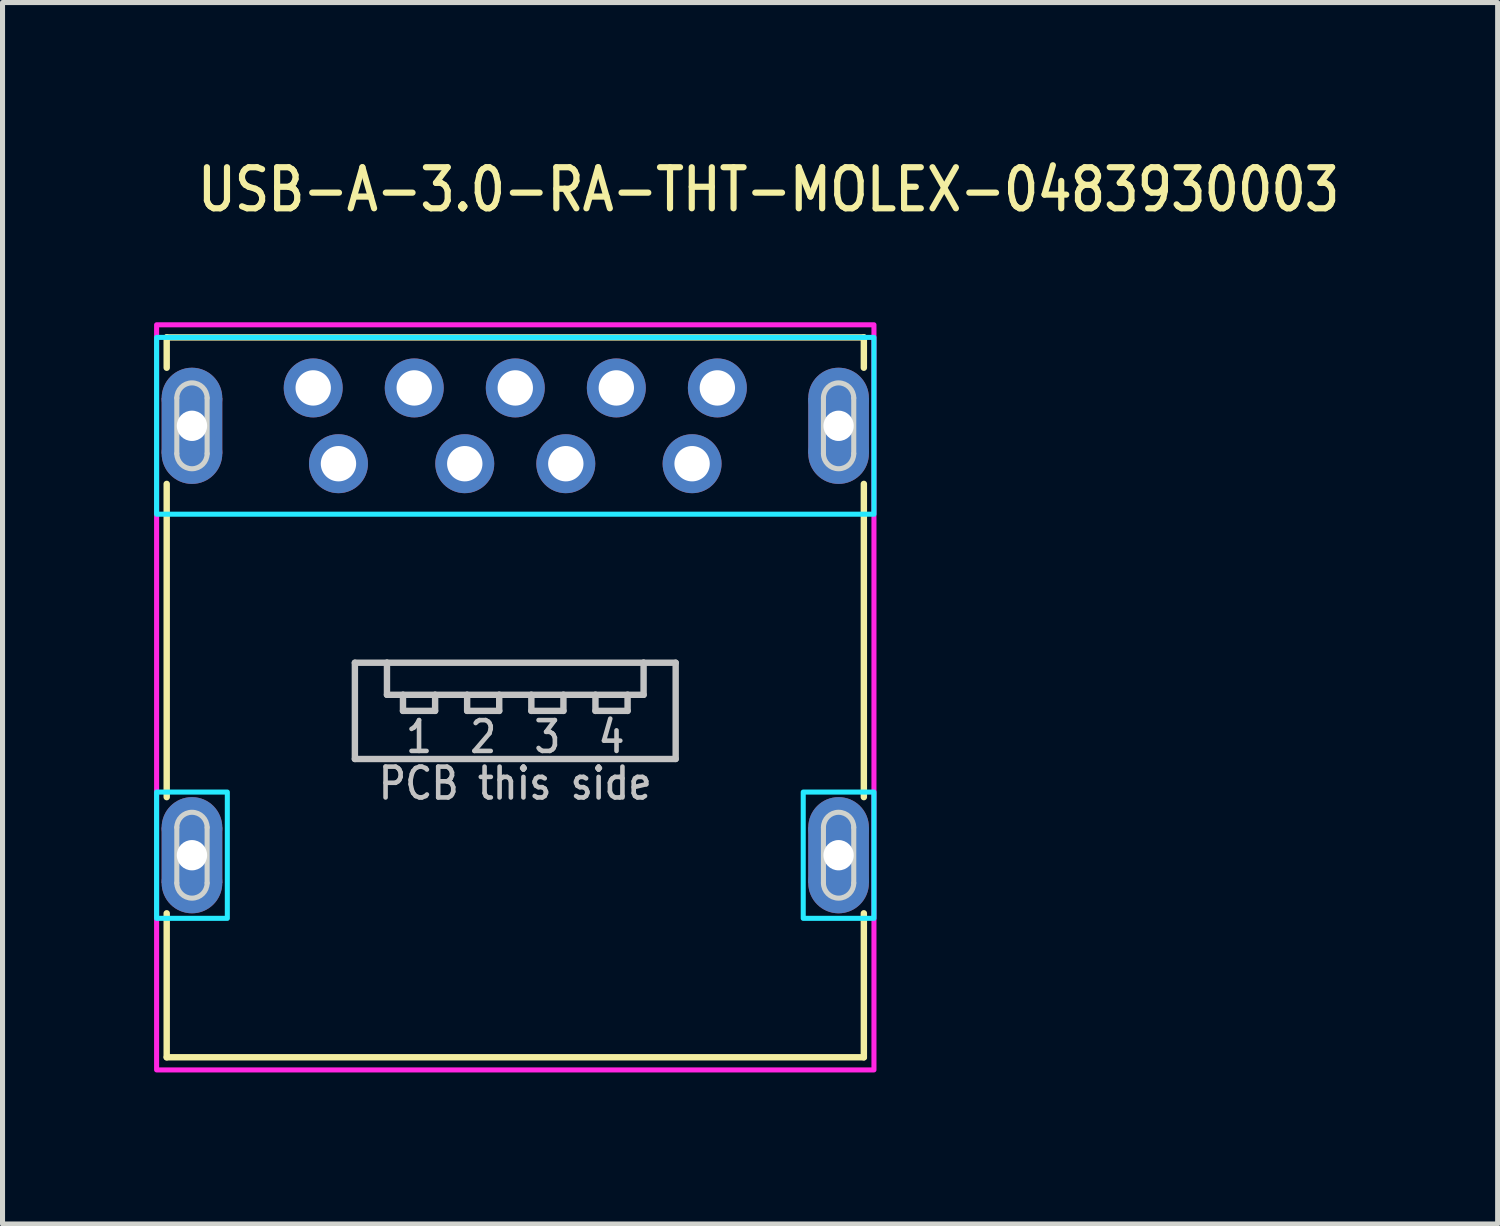
<source format=kicad_pcb>
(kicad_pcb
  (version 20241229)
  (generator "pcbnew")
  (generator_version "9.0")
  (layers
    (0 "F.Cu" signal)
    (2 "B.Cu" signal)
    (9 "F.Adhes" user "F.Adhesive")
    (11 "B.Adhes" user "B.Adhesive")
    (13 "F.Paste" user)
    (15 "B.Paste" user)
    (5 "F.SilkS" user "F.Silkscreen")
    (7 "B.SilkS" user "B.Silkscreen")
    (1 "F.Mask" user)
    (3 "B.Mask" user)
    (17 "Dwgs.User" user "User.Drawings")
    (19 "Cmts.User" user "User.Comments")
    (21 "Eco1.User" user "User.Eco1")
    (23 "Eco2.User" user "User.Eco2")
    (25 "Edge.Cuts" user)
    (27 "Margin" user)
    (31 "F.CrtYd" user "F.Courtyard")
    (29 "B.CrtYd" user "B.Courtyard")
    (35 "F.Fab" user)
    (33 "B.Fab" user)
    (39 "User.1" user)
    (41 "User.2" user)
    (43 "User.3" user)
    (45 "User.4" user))
  (footprint "USB-A-3.0-RA-THT-MOLEX-0483930003"
    (layer "F.Cu")
    (at 7.15 13.879)
    (property "Reference" "USB-A-3.0-RA-THT-MOLEX-0483930003" (at -6.35 -12.7 0) (unlocked yes) (layer "F.SilkS") (effects (font (size 0.813 0.695) (thickness 0.122)) (justify left bottom)))
    (fp_circle (center -6.4 -9.05) (end -5.8 -9.05) (stroke (width 0) (type solid)) (fill yes) (layer "F.Cu"))
    (fp_circle (center -6.4 -7.95) (end -7 -7.95) (stroke (width 0) (type solid)) (fill yes) (layer "F.Cu"))
    (fp_circle (center -6.4 -0.55) (end -5.8 -0.55) (stroke (width 0) (type solid)) (fill yes) (layer "F.Cu"))
    (fp_circle (center -6.4 0.55) (end -7 0.55) (stroke (width 0) (type solid)) (fill yes) (layer "F.Cu"))
    (fp_circle (center 6.4 -9.05) (end 7 -9.05) (stroke (width 0) (type solid)) (fill yes) (layer "F.Cu"))
    (fp_circle (center 6.4 -7.95) (end 5.8 -7.95) (stroke (width 0) (type solid)) (fill yes) (layer "F.Cu"))
    (fp_circle (center 6.4 -0.55) (end 7 -0.55) (stroke (width 0) (type solid)) (fill yes) (layer "F.Cu"))
    (fp_circle (center 6.4 0.55) (end 5.8 0.55) (stroke (width 0) (type solid)) (fill yes) (layer "F.Cu"))
    (fp_poly (pts (xy -7 -9.05) (xy -7 -7.95) (xy -5.8 -7.95) (xy -5.8 -9.05)) (stroke (width 0) (type solid)) (fill yes) (layer "F.Cu"))
    (fp_poly (pts (xy -7 -0.55) (xy -7 0.55) (xy -5.8 0.55) (xy -5.8 -0.55)) (stroke (width 0) (type solid)) (fill yes) (layer "F.Cu"))
    (fp_poly (pts (xy 5.8 -9.05) (xy 5.8 -7.95) (xy 7 -7.95) (xy 7 -9.05)) (stroke (width 0) (type solid)) (fill yes) (layer "F.Cu"))
    (fp_poly (pts (xy 5.8 -0.55) (xy 5.8 0.55) (xy 7 0.55) (xy 7 -0.55)) (stroke (width 0) (type solid)) (fill yes) (layer "F.Cu"))
    (fp_circle (center -6.4 -9.05) (end -5.7 -9.05) (stroke (width 0) (type solid)) (fill yes) (layer "F.Mask"))
    (fp_circle (center -6.4 -7.95) (end -7.1 -7.95) (stroke (width 0) (type solid)) (fill yes) (layer "F.Mask"))
    (fp_circle (center -6.4 -0.55) (end -5.7 -0.55) (stroke (width 0) (type solid)) (fill yes) (layer "F.Mask"))
    (fp_circle (center -6.4 0.55) (end -7.1 0.55) (stroke (width 0) (type solid)) (fill yes) (layer "F.Mask"))
    (fp_circle (center 6.4 -9.05) (end 7.1 -9.05) (stroke (width 0) (type solid)) (fill yes) (layer "F.Mask"))
    (fp_circle (center 6.4 -7.95) (end 5.7 -7.95) (stroke (width 0) (type solid)) (fill yes) (layer "F.Mask"))
    (fp_circle (center 6.4 -0.55) (end 7.1 -0.55) (stroke (width 0) (type solid)) (fill yes) (layer "F.Mask"))
    (fp_circle (center 6.4 0.55) (end 5.7 0.55) (stroke (width 0) (type solid)) (fill yes) (layer "F.Mask"))
    (fp_poly (pts (xy -7.1 -9.05) (xy -7.1 -7.95) (xy -5.7 -7.95) (xy -5.7 -9.05)) (stroke (width 0) (type solid)) (fill yes) (layer "F.Mask"))
    (fp_poly (pts (xy -7.1 -0.55) (xy -7.1 0.55) (xy -5.7 0.55) (xy -5.7 -0.55)) (stroke (width 0) (type solid)) (fill yes) (layer "F.Mask"))
    (fp_poly (pts (xy 5.7 -9.05) (xy 5.7 -7.95) (xy 7.1 -7.95) (xy 7.1 -9.05)) (stroke (width 0) (type solid)) (fill yes) (layer "F.Mask"))
    (fp_poly (pts (xy 5.7 -0.55) (xy 5.7 0.55) (xy 7.1 0.55) (xy 7.1 -0.55)) (stroke (width 0) (type solid)) (fill yes) (layer "F.Mask"))
    (fp_circle (center -6.4 -9.05) (end -7 -9.05) (stroke (width 0) (type solid)) (fill yes) (layer "B.Cu"))
    (fp_circle (center -6.4 -7.95) (end -5.8 -7.95) (stroke (width 0) (type solid)) (fill yes) (layer "B.Cu"))
    (fp_circle (center -6.4 -0.55) (end -7 -0.55) (stroke (width 0) (type solid)) (fill yes) (layer "B.Cu"))
    (fp_circle (center -6.4 0.55) (end -5.8 0.55) (stroke (width 0) (type solid)) (fill yes) (layer "B.Cu"))
    (fp_circle (center 6.4 -9.05) (end 5.8 -9.05) (stroke (width 0) (type solid)) (fill yes) (layer "B.Cu"))
    (fp_circle (center 6.4 -7.95) (end 7 -7.95) (stroke (width 0) (type solid)) (fill yes) (layer "B.Cu"))
    (fp_circle (center 6.4 -0.55) (end 5.8 -0.55) (stroke (width 0) (type solid)) (fill yes) (layer "B.Cu"))
    (fp_circle (center 6.4 0.55) (end 7 0.55) (stroke (width 0) (type solid)) (fill yes) (layer "B.Cu"))
    (fp_poly (pts (xy -5.8 -9.05) (xy -5.8 -7.95) (xy -7 -7.95) (xy -7 -9.05)) (stroke (width 0) (type solid)) (fill yes) (layer "B.Cu"))
    (fp_poly (pts (xy -5.8 -0.55) (xy -5.8 0.55) (xy -7 0.55) (xy -7 -0.55)) (stroke (width 0) (type solid)) (fill yes) (layer "B.Cu"))
    (fp_poly (pts (xy 7 -9.05) (xy 7 -7.95) (xy 5.8 -7.95) (xy 5.8 -9.05)) (stroke (width 0) (type solid)) (fill yes) (layer "B.Cu"))
    (fp_poly (pts (xy 7 -0.55) (xy 7 0.55) (xy 5.8 0.55) (xy 5.8 -0.55)) (stroke (width 0) (type solid)) (fill yes) (layer "B.Cu"))
    (fp_circle (center -6.4 -9.05) (end -7.1 -9.05) (stroke (width 0) (type solid)) (fill yes) (layer "B.Mask"))
    (fp_circle (center -6.4 -7.95) (end -5.7 -7.95) (stroke (width 0) (type solid)) (fill yes) (layer "B.Mask"))
    (fp_circle (center -6.4 -0.55) (end -7.1 -0.55) (stroke (width 0) (type solid)) (fill yes) (layer "B.Mask"))
    (fp_circle (center -6.4 0.55) (end -5.7 0.55) (stroke (width 0) (type solid)) (fill yes) (layer "B.Mask"))
    (fp_circle (center 6.4 -9.05) (end 5.7 -9.05) (stroke (width 0) (type solid)) (fill yes) (layer "B.Mask"))
    (fp_circle (center 6.4 -7.95) (end 7.1 -7.95) (stroke (width 0) (type solid)) (fill yes) (layer "B.Mask"))
    (fp_circle (center 6.4 -0.55) (end 5.7 -0.55) (stroke (width 0) (type solid)) (fill yes) (layer "B.Mask"))
    (fp_circle (center 6.4 0.55) (end 7.1 0.55) (stroke (width 0) (type solid)) (fill yes) (layer "B.Mask"))
    (fp_poly (pts (xy -5.7 -9.05) (xy -5.7 -7.95) (xy -7.1 -7.95) (xy -7.1 -9.05)) (stroke (width 0) (type solid)) (fill yes) (layer "B.Mask"))
    (fp_poly (pts (xy -5.7 -0.55) (xy -5.7 0.55) (xy -7.1 0.55) (xy -7.1 -0.55)) (stroke (width 0) (type solid)) (fill yes) (layer "B.Mask"))
    (fp_poly (pts (xy 7.1 -9.05) (xy 7.1 -7.95) (xy 5.7 -7.95) (xy 5.7 -9.05)) (stroke (width 0) (type solid)) (fill yes) (layer "B.Mask"))
    (fp_poly (pts (xy 7.1 -0.55) (xy 7.1 0.55) (xy 5.7 0.55) (xy 5.7 -0.55)) (stroke (width 0) (type solid)) (fill yes) (layer "B.Mask"))
    (fp_line (start -6.9 -10.25) (end -6.9 -9.65) (stroke (width 0.127) (type solid)) (layer "F.SilkS"))
    (fp_line (start -6.9 -10.25) (end 6.9 -10.25) (stroke (width 0.127) (type solid)) (layer "F.SilkS"))
    (fp_line (start -6.9 -7.35) (end -6.9 -1.15) (stroke (width 0.127) (type solid)) (layer "F.SilkS"))
    (fp_line (start -6.9 1.15) (end -6.9 4) (stroke (width 0.127) (type solid)) (layer "F.SilkS"))
    (fp_line (start 6.9 -10.25) (end 6.9 -9.65) (stroke (width 0.127) (type solid)) (layer "F.SilkS"))
    (fp_line (start 6.9 -7.35) (end 6.9 -1.15) (stroke (width 0.127) (type solid)) (layer "F.SilkS"))
    (fp_line (start 6.9 1.15) (end 6.9 4) (stroke (width 0.127) (type solid)) (layer "F.SilkS"))
    (fp_line (start 6.9 4) (end -6.9 4) (stroke (width 0.127) (type solid)) (layer "F.SilkS"))
    (fp_line (start -3.175 -3.81) (end -2.54 -3.81) (stroke (width 0.127) (type solid)) (layer "Dwgs.User"))
    (fp_line (start -3.175 -1.905) (end -3.175 -3.81) (stroke (width 0.127) (type solid)) (layer "Dwgs.User"))
    (fp_line (start -2.54 -3.81) (end -2.54 -3.175) (stroke (width 0.127) (type solid)) (layer "Dwgs.User"))
    (fp_line (start -2.54 -3.81) (end 2.54 -3.81) (stroke (width 0.127) (type solid)) (layer "Dwgs.User"))
    (fp_line (start -2.54 -3.175) (end -2.223 -3.175) (stroke (width 0.127) (type solid)) (layer "Dwgs.User"))
    (fp_line (start -2.223 -3.175) (end -2.223 -2.857) (stroke (width 0.127) (type solid)) (layer "Dwgs.User"))
    (fp_line (start -2.223 -3.175) (end -1.587 -3.175) (stroke (width 0.127) (type solid)) (layer "Dwgs.User"))
    (fp_line (start -2.223 -2.857) (end -1.587 -2.857) (stroke (width 0.127) (type solid)) (layer "Dwgs.User"))
    (fp_line (start -1.587 -3.175) (end -0.953 -3.175) (stroke (width 0.127) (type solid)) (layer "Dwgs.User"))
    (fp_line (start -1.587 -2.857) (end -1.587 -3.175) (stroke (width 0.127) (type solid)) (layer "Dwgs.User"))
    (fp_line (start -0.953 -3.175) (end -0.953 -2.857) (stroke (width 0.127) (type solid)) (layer "Dwgs.User"))
    (fp_line (start -0.953 -3.175) (end -0.318 -3.175) (stroke (width 0.127) (type solid)) (layer "Dwgs.User"))
    (fp_line (start -0.953 -2.857) (end -0.318 -2.857) (stroke (width 0.127) (type solid)) (layer "Dwgs.User"))
    (fp_line (start -0.318 -3.175) (end 0.318 -3.175) (stroke (width 0.127) (type solid)) (layer "Dwgs.User"))
    (fp_line (start -0.318 -2.857) (end -0.318 -3.175) (stroke (width 0.127) (type solid)) (layer "Dwgs.User"))
    (fp_line (start 0.318 -3.175) (end 0.318 -2.857) (stroke (width 0.127) (type solid)) (layer "Dwgs.User"))
    (fp_line (start 0.318 -3.175) (end 0.953 -3.175) (stroke (width 0.127) (type solid)) (layer "Dwgs.User"))
    (fp_line (start 0.318 -2.857) (end 0.953 -2.857) (stroke (width 0.127) (type solid)) (layer "Dwgs.User"))
    (fp_line (start 0.953 -3.175) (end 1.587 -3.175) (stroke (width 0.127) (type solid)) (layer "Dwgs.User"))
    (fp_line (start 0.953 -2.857) (end 0.953 -3.175) (stroke (width 0.127) (type solid)) (layer "Dwgs.User"))
    (fp_line (start 1.587 -3.175) (end 1.587 -2.857) (stroke (width 0.127) (type solid)) (layer "Dwgs.User"))
    (fp_line (start 1.587 -3.175) (end 2.223 -3.175) (stroke (width 0.127) (type solid)) (layer "Dwgs.User"))
    (fp_line (start 1.587 -2.857) (end 2.223 -2.857) (stroke (width 0.127) (type solid)) (layer "Dwgs.User"))
    (fp_line (start 2.223 -3.175) (end 2.54 -3.175) (stroke (width 0.127) (type solid)) (layer "Dwgs.User"))
    (fp_line (start 2.223 -2.857) (end 2.223 -3.175) (stroke (width 0.127) (type solid)) (layer "Dwgs.User"))
    (fp_line (start 2.54 -3.81) (end 3.175 -3.81) (stroke (width 0.127) (type solid)) (layer "Dwgs.User"))
    (fp_line (start 2.54 -3.175) (end 2.54 -3.81) (stroke (width 0.127) (type solid)) (layer "Dwgs.User"))
    (fp_line (start 3.175 -3.81) (end 3.175 -1.905) (stroke (width 0.127) (type solid)) (layer "Dwgs.User"))
    (fp_line (start 3.175 -1.905) (end -3.175 -1.905) (stroke (width 0.127) (type solid)) (layer "Dwgs.User"))
    (fp_line (start -6.7 -9.05) (end -6.7 -7.95) (stroke (width 0.1) (type solid)) (layer "Edge.Cuts"))
    (fp_line (start -6.7 -0.55) (end -6.7 0.55) (stroke (width 0.1) (type solid)) (layer "Edge.Cuts"))
    (fp_line (start -6.1 -7.95) (end -6.1 -9.05) (stroke (width 0.1) (type solid)) (layer "Edge.Cuts"))
    (fp_line (start -6.1 0.55) (end -6.1 -0.55) (stroke (width 0.1) (type solid)) (layer "Edge.Cuts"))
    (fp_line (start 6.1 -9.05) (end 6.1 -7.95) (stroke (width 0.1) (type solid)) (layer "Edge.Cuts"))
    (fp_line (start 6.1 -0.55) (end 6.1 0.55) (stroke (width 0.1) (type solid)) (layer "Edge.Cuts"))
    (fp_line (start 6.7 -7.95) (end 6.7 -9.05) (stroke (width 0.1) (type solid)) (layer "Edge.Cuts"))
    (fp_line (start 6.7 0.55) (end 6.7 -0.55) (stroke (width 0.1) (type solid)) (layer "Edge.Cuts"))
    (fp_arc (start -6.7 -9.05) (mid -6.4 -9.35) (end -6.1 -9.05) (stroke (width 0.1) (type solid)) (layer "Edge.Cuts"))
    (fp_arc (start -6.7 -0.55) (mid -6.4 -0.85) (end -6.1 -0.55) (stroke (width 0.1) (type solid)) (layer "Edge.Cuts"))
    (fp_arc (start -6.1 -7.95) (mid -6.4 -7.65) (end -6.7 -7.95) (stroke (width 0.1) (type solid)) (layer "Edge.Cuts"))
    (fp_arc (start -6.1 0.55) (mid -6.4 0.85) (end -6.7 0.55) (stroke (width 0.1) (type solid)) (layer "Edge.Cuts"))
    (fp_arc (start 6.1 -9.05) (mid 6.4 -9.35) (end 6.7 -9.05) (stroke (width 0.1) (type solid)) (layer "Edge.Cuts"))
    (fp_arc (start 6.1 -0.55) (mid 6.4 -0.85) (end 6.7 -0.55) (stroke (width 0.1) (type solid)) (layer "Edge.Cuts"))
    (fp_arc (start 6.7 -7.95) (mid 6.4 -7.65) (end 6.1 -7.95) (stroke (width 0.1) (type solid)) (layer "Edge.Cuts"))
    (fp_arc (start 6.7 0.55) (mid 6.4 0.85) (end 6.1 0.55) (stroke (width 0.1) (type solid)) (layer "Edge.Cuts"))
    (fp_poly (pts (xy -7.1 -10.25) (xy 7.1 -10.25) (xy 7.1 -6.75) (xy -7.1 -6.75)) (stroke (width 0.1) (type solid)) (fill no) (layer "B.CrtYd"))
    (fp_poly (pts (xy -7.1 -1.25) (xy -5.7 -1.25) (xy -5.7 1.25) (xy -7.1 1.25)) (stroke (width 0.1) (type solid)) (fill no) (layer "B.CrtYd"))
    (fp_poly (pts (xy 5.7 -1.25) (xy 7.1 -1.25) (xy 7.1 1.25) (xy 5.7 1.25)) (stroke (width 0.1) (type solid)) (fill no) (layer "B.CrtYd"))
    (fp_poly (pts (xy -7.1 4.25) (xy 7.1 4.25) (xy 7.1 -10.5) (xy -7.1 -10.5)) (stroke (width 0.1) (type solid)) (fill no) (layer "F.CrtYd"))
    (fp_text user "1" (at -1.905 -2.699 0) (unlocked yes) (layer "Dwgs.User") (effects (font (size 0.61 0.521) (thickness 0.091)) (justify top)))
    (fp_text user "PCB this side" (at 0 -1.778 0) (unlocked yes) (layer "Dwgs.User") (effects (font (size 0.61 0.521) (thickness 0.091)) (justify top)))
    (fp_text user "3" (at 0.635 -2.699 0) (unlocked yes) (layer "Dwgs.User") (effects (font (size 0.61 0.521) (thickness 0.091)) (justify top)))
    (fp_text user "2" (at -0.635 -2.699 0) (unlocked yes) (layer "Dwgs.User") (effects (font (size 0.61 0.521) (thickness 0.091)) (justify top)))
    (fp_text user "4" (at 1.905 -2.699 0) (unlocked yes) (layer "Dwgs.User") (effects (font (size 0.61 0.521) (thickness 0.091)) (justify top)))
    (pad "1" thru_hole oval (at -3.5 -7.75) (size 1.167 1.167) (drill 0.7) (layers "*.Cu" "*.Mask"))
    (pad "2" thru_hole oval (at -1 -7.75) (size 1.167 1.167) (drill 0.7) (layers "*.Cu" "*.Mask"))
    (pad "3" thru_hole oval (at 1 -7.75) (size 1.167 1.167) (drill 0.7) (layers "*.Cu" "*.Mask"))
    (pad "4" thru_hole oval (at 3.5 -7.75) (size 1.167 1.167) (drill 0.7) (layers "*.Cu" "*.Mask"))
    (pad "5" thru_hole oval (at 4 -9.25) (size 1.167 1.167) (drill 0.7) (layers "*.Cu" "*.Mask"))
    (pad "6" thru_hole oval (at 2 -9.25) (size 1.167 1.167) (drill 0.7) (layers "*.Cu" "*.Mask"))
    (pad "7" thru_hole oval (at 0 -9.25) (size 1.167 1.167) (drill 0.7) (layers "*.Cu" "*.Mask"))
    (pad "8" thru_hole oval (at -2 -9.25) (size 1.167 1.167) (drill 0.7) (layers "*.Cu" "*.Mask"))
    (pad "9" thru_hole oval (at -4 -9.25) (size 1.167 1.167) (drill 0.7) (layers "*.Cu" "*.Mask"))
    (pad "S_1" thru_hole oval (at -6.4 0 90) (size 1 1) (drill 0.6) (layers "*.Cu" "*.Mask"))
    (pad "S_2" thru_hole oval (at 6.4 0 90) (size 1 1) (drill 0.6) (layers "*.Cu" "*.Mask"))
    (pad "S_3" thru_hole oval (at 6.4 -8.5 90) (size 1 1) (drill 0.6) (layers "*.Cu" "*.Mask"))
    (pad "S_4" thru_hole oval (at -6.4 -8.5 90) (size 1 1) (drill 0.6) (layers "*.Cu" "*.Mask")))
  (gr_rect
    (start -3 -3)
    (end 26.596 21.179)
    (stroke (width 0.1) (type default))
    (fill no)
    (layer "Edge.Cuts")))
</source>
